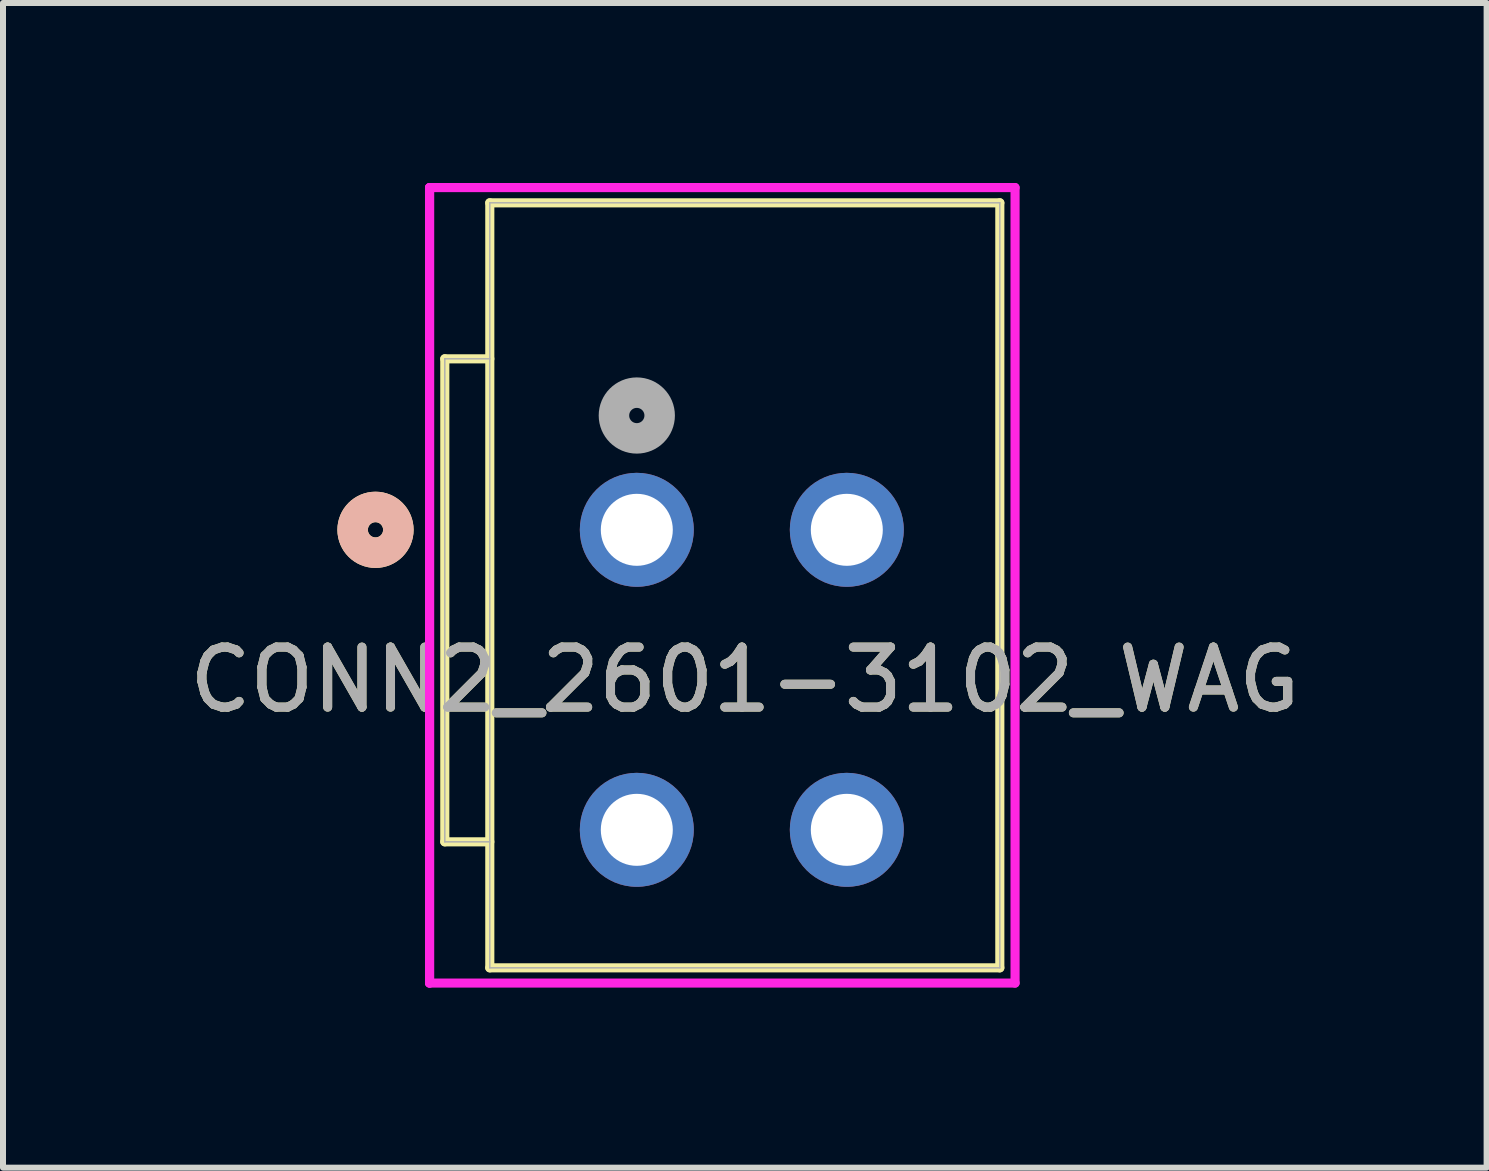
<source format=kicad_pcb>
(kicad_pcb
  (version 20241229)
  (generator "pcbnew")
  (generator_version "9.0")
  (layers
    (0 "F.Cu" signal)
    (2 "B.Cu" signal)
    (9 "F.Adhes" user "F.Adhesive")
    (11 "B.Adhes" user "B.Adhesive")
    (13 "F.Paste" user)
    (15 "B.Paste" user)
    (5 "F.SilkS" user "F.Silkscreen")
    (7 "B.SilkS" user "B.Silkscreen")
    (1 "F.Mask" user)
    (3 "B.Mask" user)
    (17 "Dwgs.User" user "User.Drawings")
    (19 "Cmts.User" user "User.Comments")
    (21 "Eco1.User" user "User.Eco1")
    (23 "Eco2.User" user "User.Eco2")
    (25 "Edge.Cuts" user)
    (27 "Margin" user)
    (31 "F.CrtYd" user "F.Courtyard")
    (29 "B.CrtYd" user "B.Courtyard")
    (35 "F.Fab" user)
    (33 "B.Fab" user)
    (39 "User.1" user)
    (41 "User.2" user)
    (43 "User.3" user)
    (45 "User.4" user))
  (footprint "CONN2_2601-3102_WAG"
    (layer "F.Cu")
    (at 7.563 5.78)
    (property "Reference" "CONN2_2601-3102_WAG" (at 1.8 2.5 0) (unlocked yes) (layer "F.SilkS") (effects (font (size 1 1) (thickness 0.15))))
    (attr through_hole)
    (fp_line (start -3.2 5.2) (end -3.2 -2.85) (stroke (width 0.152) (type solid)) (layer "F.SilkS"))
    (fp_line (start -2.45 -5.45) (end 6.05 -5.45) (stroke (width 0.152) (type solid)) (layer "F.SilkS"))
    (fp_line (start -2.45 7.3) (end -2.45 -5.45) (stroke (width 0.152) (type solid)) (layer "F.SilkS"))
    (fp_line (start -2.45 7.3) (end 6.05 7.3) (stroke (width 0.152) (type solid)) (layer "F.SilkS"))
    (fp_line (start -2.45 -2.85) (end -3.2 -2.85) (stroke (width 0.152) (type solid)) (layer "F.SilkS"))
    (fp_line (start -2.45 5.2) (end -3.2 5.2) (stroke (width 0.152) (type solid)) (layer "F.SilkS"))
    (fp_line (start 6.05 -5.45) (end 6.05 7.3) (stroke (width 0.152) (type solid)) (layer "F.SilkS"))
    (fp_circle (center -4.355 0) (end -3.974 0) (stroke (width 0.508) (type solid)) (fill no) (layer "F.SilkS"))
    (fp_circle (center -4.355 0) (end -3.974 0) (stroke (width 0.508) (type solid)) (fill no) (layer "B.SilkS"))
    (fp_line (start -3.454 -5.704) (end -3.454 7.554) (stroke (width 0.152) (type solid)) (layer "F.CrtYd"))
    (fp_line (start -3.454 -5.704) (end -3.454 7.554) (stroke (width 0.152) (type solid)) (layer "F.CrtYd"))
    (fp_line (start -3.454 7.554) (end 6.304 7.554) (stroke (width 0.152) (type solid)) (layer "F.CrtYd"))
    (fp_line (start 6.304 -5.704) (end -3.454 -5.704) (stroke (width 0.152) (type solid)) (layer "F.CrtYd"))
    (fp_line (start 6.304 7.554) (end 6.304 -5.704) (stroke (width 0.152) (type solid)) (layer "F.CrtYd"))
    (fp_line (start -3.2 5.2) (end -3.2 -2.85) (stroke (width 0.025) (type solid)) (layer "F.Fab"))
    (fp_line (start -2.45 -5.45) (end 6.05 -5.45) (stroke (width 0.025) (type solid)) (layer "F.Fab"))
    (fp_line (start -2.45 7.3) (end -2.45 -5.45) (stroke (width 0.025) (type solid)) (layer "F.Fab"))
    (fp_line (start -2.45 7.3) (end 6.05 7.3) (stroke (width 0.025) (type solid)) (layer "F.Fab"))
    (fp_line (start -2.45 -2.85) (end -3.2 -2.85) (stroke (width 0.025) (type solid)) (layer "F.Fab"))
    (fp_line (start -2.45 5.2) (end -3.2 5.2) (stroke (width 0.025) (type solid)) (layer "F.Fab"))
    (fp_line (start 6.05 -5.45) (end 6.05 7.3) (stroke (width 0.025) (type solid)) (layer "F.Fab"))
    (fp_circle (center 0 -1.905) (end 0.381 -1.905) (stroke (width 0.508) (type solid)) (fill no) (layer "F.Fab"))
    (fp_text user "${REFERENCE}" (at 1.8 2.5 0) (unlocked yes) (layer "F.Fab") (effects (font (size 1 1) (thickness 0.15))))
    (pad "1" thru_hole circle (at 0 0) (size 1.9 1.9) (drill 1.2) (layers "*.Cu" "*.Mask"))
    (pad "2" thru_hole circle (at 0 5) (size 1.9 1.9) (drill 1.2) (layers "*.Cu" "*.Mask"))
    (pad "3" thru_hole circle (at 3.5 0) (size 1.9 1.9) (drill 1.2) (layers "*.Cu" "*.Mask"))
    (pad "4" thru_hole circle (at 3.5 5) (size 1.9 1.9) (drill 1.2) (layers "*.Cu" "*.Mask")))
  (gr_rect
    (start -3 -3)
    (end 21.726 16.41)
    (stroke (width 0.1) (type default))
    (fill no)
    (layer "Edge.Cuts")))
</source>
